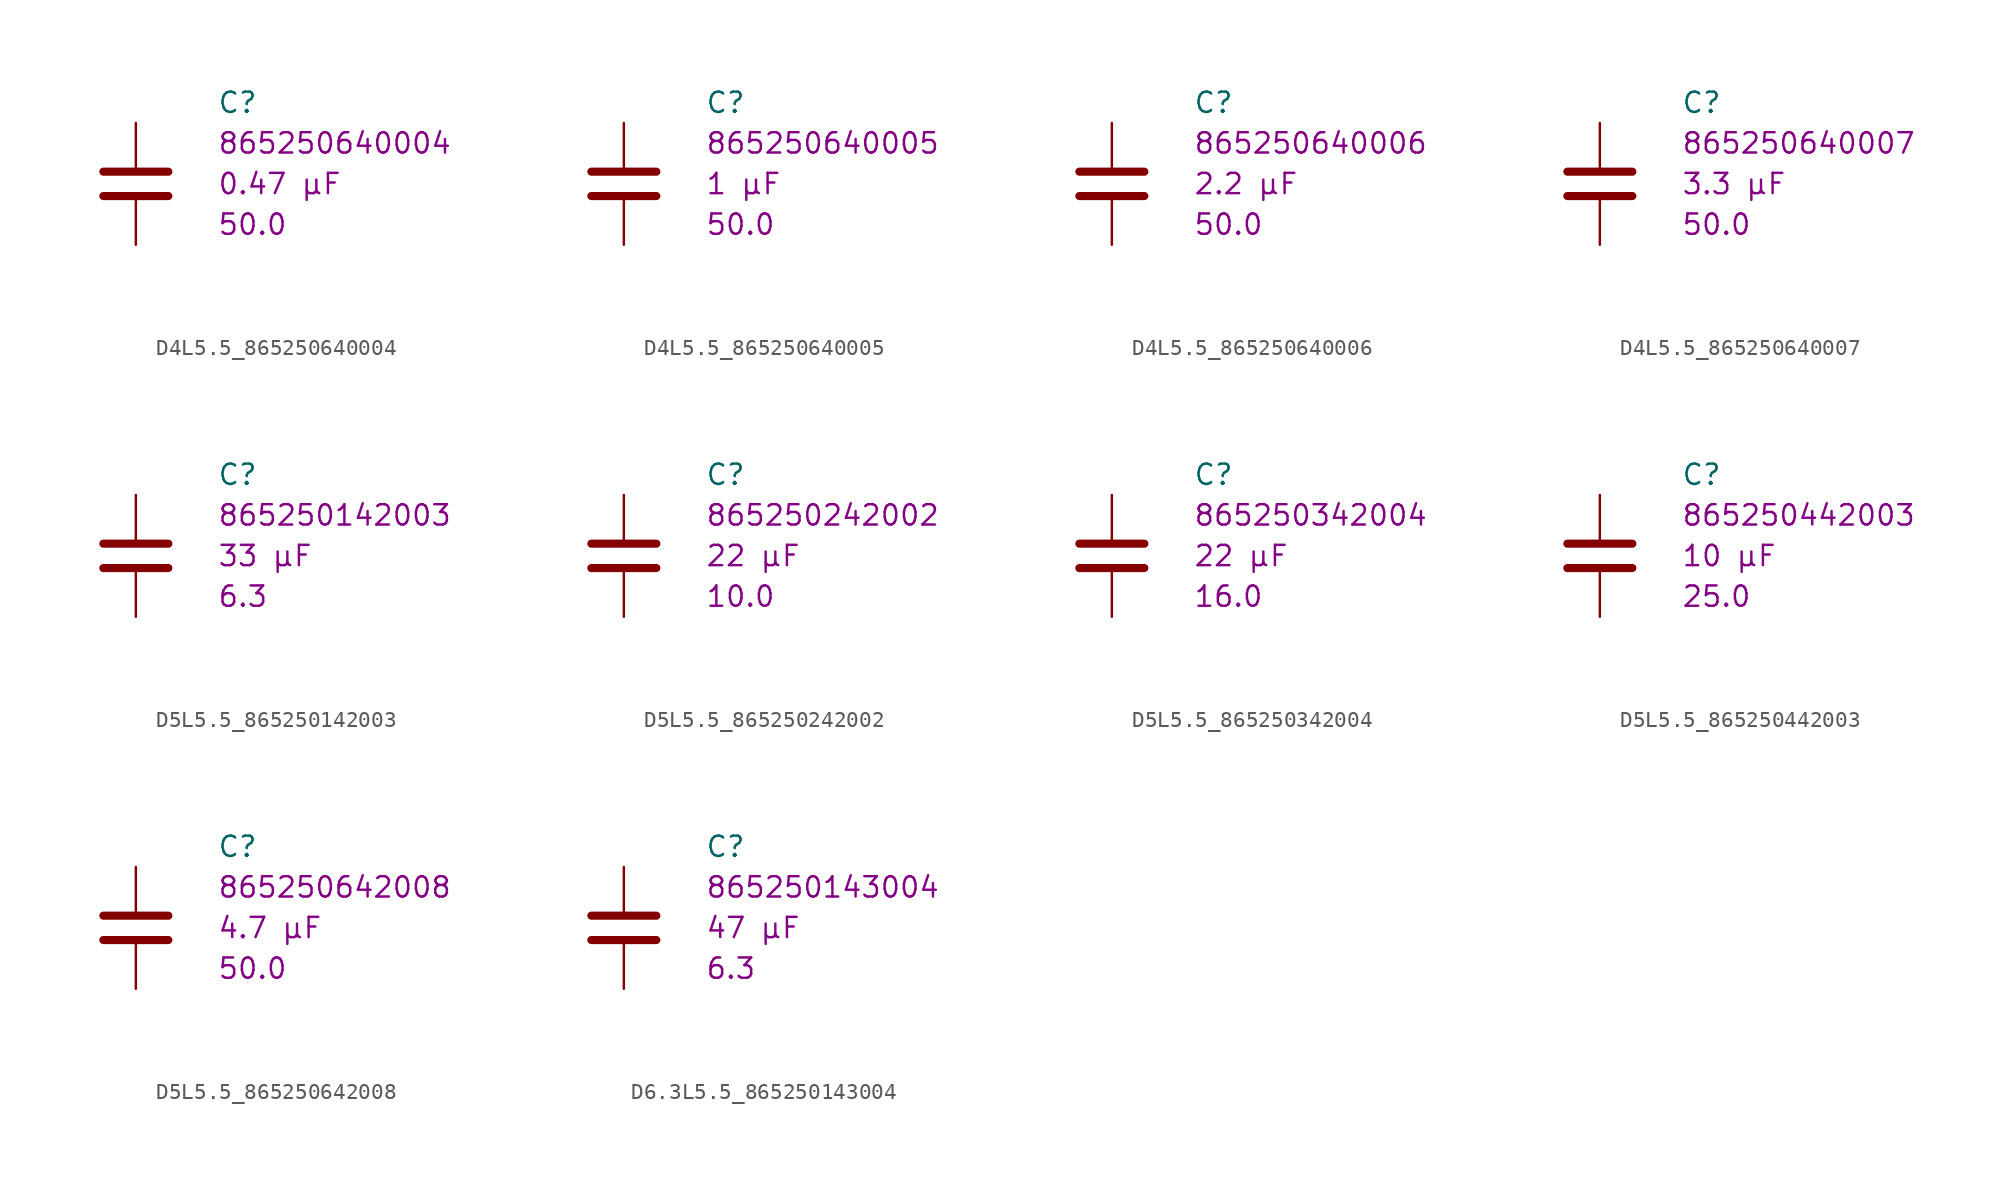
<source format=kicad_sym>
(kicad_symbol_lib
  (version 20220914)
  (generator kicad_symbol_editor)
  (symbol "D4L5.5_865250640004"
    (pin_numbers hide)
    (pin_names hide)
    (property "Reference" "C"
      (at 5.08 5.08 0)
      (effects (font (size 1.27 1.27)) (justify left)))
    (property "Part Number" "865250640004"
      (at 5.08 2.54 0)
      (effects (font (size 1.27 1.27)) (justify left)))
    (property "Capacitance" "0.47 µF"
      (at 5.08 0 0)
      (effects (font (size 1.27 1.27)) (justify left)))
    (property "Voltage" "50.0"
      (at 5.08 -2.54 0)
      (effects (font (size 1.27 1.27)) (justify left)))
    (property "Critical Parameter" ""
      (at 0 -7.62 0)
      (effects (font (size 1.27 1.27))))
    (symbol "D4L5.5_865250640004_0_1"
      (polyline (pts (xy -2.032 -0.762) (xy 2.032 -0.762)) (stroke (width 0.508) (type default)) (fill (type none)))
      (polyline (pts (xy -2.032 0.762) (xy 2.032 0.762)) (stroke (width 0.508) (type default)) (fill (type none))))
    (symbol "D4L5.5_865250640004_1_1"
      (pin passive line (at 0 3.81 270) (length 2.794) (name "1" (effects (font (size 1.27 1.27)))) (number "1" (effects (font (size 1.27 1.27)))))
      (pin passive line (at 0 -3.81 90) (length 2.794) (name "2" (effects (font (size 1.27 1.27)))) (number "2" (effects (font (size 1.27 1.27)))))))
  (symbol "D4L5.5_865250640005"
    (pin_numbers hide)
    (pin_names hide)
    (property "Reference" "C"
      (at 5.08 5.08 0)
      (effects (font (size 1.27 1.27)) (justify left)))
    (property "Part Number" "865250640005"
      (at 5.08 2.54 0)
      (effects (font (size 1.27 1.27)) (justify left)))
    (property "Capacitance" "1 µF"
      (at 5.08 0 0)
      (effects (font (size 1.27 1.27)) (justify left)))
    (property "Voltage" "50.0"
      (at 5.08 -2.54 0)
      (effects (font (size 1.27 1.27)) (justify left)))
    (property "Critical Parameter" ""
      (at 0 -7.62 0)
      (effects (font (size 1.27 1.27))))
    (symbol "D4L5.5_865250640005_0_1"
      (polyline (pts (xy -2.032 -0.762) (xy 2.032 -0.762)) (stroke (width 0.508) (type default)) (fill (type none)))
      (polyline (pts (xy -2.032 0.762) (xy 2.032 0.762)) (stroke (width 0.508) (type default)) (fill (type none))))
    (symbol "D4L5.5_865250640005_1_1"
      (pin passive line (at 0 3.81 270) (length 2.794) (name "1" (effects (font (size 1.27 1.27)))) (number "1" (effects (font (size 1.27 1.27)))))
      (pin passive line (at 0 -3.81 90) (length 2.794) (name "2" (effects (font (size 1.27 1.27)))) (number "2" (effects (font (size 1.27 1.27)))))))
  (symbol "D4L5.5_865250640006"
    (pin_numbers hide)
    (pin_names hide)
    (property "Reference" "C"
      (at 5.08 5.08 0)
      (effects (font (size 1.27 1.27)) (justify left)))
    (property "Part Number" "865250640006"
      (at 5.08 2.54 0)
      (effects (font (size 1.27 1.27)) (justify left)))
    (property "Capacitance" "2.2 µF"
      (at 5.08 0 0)
      (effects (font (size 1.27 1.27)) (justify left)))
    (property "Voltage" "50.0"
      (at 5.08 -2.54 0)
      (effects (font (size 1.27 1.27)) (justify left)))
    (property "Critical Parameter" ""
      (at 0 -7.62 0)
      (effects (font (size 1.27 1.27))))
    (symbol "D4L5.5_865250640006_0_1"
      (polyline (pts (xy -2.032 -0.762) (xy 2.032 -0.762)) (stroke (width 0.508) (type default)) (fill (type none)))
      (polyline (pts (xy -2.032 0.762) (xy 2.032 0.762)) (stroke (width 0.508) (type default)) (fill (type none))))
    (symbol "D4L5.5_865250640006_1_1"
      (pin passive line (at 0 3.81 270) (length 2.794) (name "1" (effects (font (size 1.27 1.27)))) (number "1" (effects (font (size 1.27 1.27)))))
      (pin passive line (at 0 -3.81 90) (length 2.794) (name "2" (effects (font (size 1.27 1.27)))) (number "2" (effects (font (size 1.27 1.27)))))))
  (symbol "D4L5.5_865250640007"
    (pin_numbers hide)
    (pin_names hide)
    (property "Reference" "C"
      (at 5.08 5.08 0)
      (effects (font (size 1.27 1.27)) (justify left)))
    (property "Part Number" "865250640007"
      (at 5.08 2.54 0)
      (effects (font (size 1.27 1.27)) (justify left)))
    (property "Capacitance" "3.3 µF"
      (at 5.08 0 0)
      (effects (font (size 1.27 1.27)) (justify left)))
    (property "Voltage" "50.0"
      (at 5.08 -2.54 0)
      (effects (font (size 1.27 1.27)) (justify left)))
    (property "Critical Parameter" ""
      (at 0 -7.62 0)
      (effects (font (size 1.27 1.27))))
    (symbol "D4L5.5_865250640007_0_1"
      (polyline (pts (xy -2.032 -0.762) (xy 2.032 -0.762)) (stroke (width 0.508) (type default)) (fill (type none)))
      (polyline (pts (xy -2.032 0.762) (xy 2.032 0.762)) (stroke (width 0.508) (type default)) (fill (type none))))
    (symbol "D4L5.5_865250640007_1_1"
      (pin passive line (at 0 3.81 270) (length 2.794) (name "1" (effects (font (size 1.27 1.27)))) (number "1" (effects (font (size 1.27 1.27)))))
      (pin passive line (at 0 -3.81 90) (length 2.794) (name "2" (effects (font (size 1.27 1.27)))) (number "2" (effects (font (size 1.27 1.27)))))))
  (symbol "D5L5.5_865250142003"
    (pin_numbers hide)
    (pin_names hide)
    (property "Reference" "C"
      (at 5.08 5.08 0)
      (effects (font (size 1.27 1.27)) (justify left)))
    (property "Part Number" "865250142003"
      (at 5.08 2.54 0)
      (effects (font (size 1.27 1.27)) (justify left)))
    (property "Capacitance" "33 µF"
      (at 5.08 0 0)
      (effects (font (size 1.27 1.27)) (justify left)))
    (property "Voltage" "6.3"
      (at 5.08 -2.54 0)
      (effects (font (size 1.27 1.27)) (justify left)))
    (property "Critical Parameter" ""
      (at 0 -7.62 0)
      (effects (font (size 1.27 1.27))))
    (symbol "D5L5.5_865250142003_0_1"
      (polyline (pts (xy -2.032 -0.762) (xy 2.032 -0.762)) (stroke (width 0.508) (type default)) (fill (type none)))
      (polyline (pts (xy -2.032 0.762) (xy 2.032 0.762)) (stroke (width 0.508) (type default)) (fill (type none))))
    (symbol "D5L5.5_865250142003_1_1"
      (pin passive line (at 0 3.81 270) (length 2.794) (name "1" (effects (font (size 1.27 1.27)))) (number "1" (effects (font (size 1.27 1.27)))))
      (pin passive line (at 0 -3.81 90) (length 2.794) (name "2" (effects (font (size 1.27 1.27)))) (number "2" (effects (font (size 1.27 1.27)))))))
  (symbol "D5L5.5_865250242002"
    (pin_numbers hide)
    (pin_names hide)
    (property "Reference" "C"
      (at 5.08 5.08 0)
      (effects (font (size 1.27 1.27)) (justify left)))
    (property "Part Number" "865250242002"
      (at 5.08 2.54 0)
      (effects (font (size 1.27 1.27)) (justify left)))
    (property "Capacitance" "22 µF"
      (at 5.08 0 0)
      (effects (font (size 1.27 1.27)) (justify left)))
    (property "Voltage" "10.0"
      (at 5.08 -2.54 0)
      (effects (font (size 1.27 1.27)) (justify left)))
    (property "Critical Parameter" ""
      (at 0 -7.62 0)
      (effects (font (size 1.27 1.27))))
    (symbol "D5L5.5_865250242002_0_1"
      (polyline (pts (xy -2.032 -0.762) (xy 2.032 -0.762)) (stroke (width 0.508) (type default)) (fill (type none)))
      (polyline (pts (xy -2.032 0.762) (xy 2.032 0.762)) (stroke (width 0.508) (type default)) (fill (type none))))
    (symbol "D5L5.5_865250242002_1_1"
      (pin passive line (at 0 3.81 270) (length 2.794) (name "1" (effects (font (size 1.27 1.27)))) (number "1" (effects (font (size 1.27 1.27)))))
      (pin passive line (at 0 -3.81 90) (length 2.794) (name "2" (effects (font (size 1.27 1.27)))) (number "2" (effects (font (size 1.27 1.27)))))))
  (symbol "D5L5.5_865250342004"
    (pin_numbers hide)
    (pin_names hide)
    (property "Reference" "C"
      (at 5.08 5.08 0)
      (effects (font (size 1.27 1.27)) (justify left)))
    (property "Part Number" "865250342004"
      (at 5.08 2.54 0)
      (effects (font (size 1.27 1.27)) (justify left)))
    (property "Capacitance" "22 µF"
      (at 5.08 0 0)
      (effects (font (size 1.27 1.27)) (justify left)))
    (property "Voltage" "16.0"
      (at 5.08 -2.54 0)
      (effects (font (size 1.27 1.27)) (justify left)))
    (property "Critical Parameter" ""
      (at 0 -7.62 0)
      (effects (font (size 1.27 1.27))))
    (symbol "D5L5.5_865250342004_0_1"
      (polyline (pts (xy -2.032 -0.762) (xy 2.032 -0.762)) (stroke (width 0.508) (type default)) (fill (type none)))
      (polyline (pts (xy -2.032 0.762) (xy 2.032 0.762)) (stroke (width 0.508) (type default)) (fill (type none))))
    (symbol "D5L5.5_865250342004_1_1"
      (pin passive line (at 0 3.81 270) (length 2.794) (name "1" (effects (font (size 1.27 1.27)))) (number "1" (effects (font (size 1.27 1.27)))))
      (pin passive line (at 0 -3.81 90) (length 2.794) (name "2" (effects (font (size 1.27 1.27)))) (number "2" (effects (font (size 1.27 1.27)))))))
  (symbol "D5L5.5_865250442003"
    (pin_numbers hide)
    (pin_names hide)
    (property "Reference" "C"
      (at 5.08 5.08 0)
      (effects (font (size 1.27 1.27)) (justify left)))
    (property "Part Number" "865250442003"
      (at 5.08 2.54 0)
      (effects (font (size 1.27 1.27)) (justify left)))
    (property "Capacitance" "10 µF"
      (at 5.08 0 0)
      (effects (font (size 1.27 1.27)) (justify left)))
    (property "Voltage" "25.0"
      (at 5.08 -2.54 0)
      (effects (font (size 1.27 1.27)) (justify left)))
    (property "Critical Parameter" ""
      (at 0 -7.62 0)
      (effects (font (size 1.27 1.27))))
    (symbol "D5L5.5_865250442003_0_1"
      (polyline (pts (xy -2.032 -0.762) (xy 2.032 -0.762)) (stroke (width 0.508) (type default)) (fill (type none)))
      (polyline (pts (xy -2.032 0.762) (xy 2.032 0.762)) (stroke (width 0.508) (type default)) (fill (type none))))
    (symbol "D5L5.5_865250442003_1_1"
      (pin passive line (at 0 3.81 270) (length 2.794) (name "1" (effects (font (size 1.27 1.27)))) (number "1" (effects (font (size 1.27 1.27)))))
      (pin passive line (at 0 -3.81 90) (length 2.794) (name "2" (effects (font (size 1.27 1.27)))) (number "2" (effects (font (size 1.27 1.27)))))))
  (symbol "D5L5.5_865250642008"
    (pin_numbers hide)
    (pin_names hide)
    (property "Reference" "C"
      (at 5.08 5.08 0)
      (effects (font (size 1.27 1.27)) (justify left)))
    (property "Part Number" "865250642008"
      (at 5.08 2.54 0)
      (effects (font (size 1.27 1.27)) (justify left)))
    (property "Capacitance" "4.7 µF"
      (at 5.08 0 0)
      (effects (font (size 1.27 1.27)) (justify left)))
    (property "Voltage" "50.0"
      (at 5.08 -2.54 0)
      (effects (font (size 1.27 1.27)) (justify left)))
    (property "Critical Parameter" ""
      (at 0 -7.62 0)
      (effects (font (size 1.27 1.27))))
    (symbol "D5L5.5_865250642008_0_1"
      (polyline (pts (xy -2.032 -0.762) (xy 2.032 -0.762)) (stroke (width 0.508) (type default)) (fill (type none)))
      (polyline (pts (xy -2.032 0.762) (xy 2.032 0.762)) (stroke (width 0.508) (type default)) (fill (type none))))
    (symbol "D5L5.5_865250642008_1_1"
      (pin passive line (at 0 3.81 270) (length 2.794) (name "1" (effects (font (size 1.27 1.27)))) (number "1" (effects (font (size 1.27 1.27)))))
      (pin passive line (at 0 -3.81 90) (length 2.794) (name "2" (effects (font (size 1.27 1.27)))) (number "2" (effects (font (size 1.27 1.27)))))))
  (symbol "D6.3L5.5_865250143004"
    (pin_numbers hide)
    (pin_names hide)
    (property "Reference" "C"
      (at 5.08 5.08 0)
      (effects (font (size 1.27 1.27)) (justify left)))
    (property "Part Number" "865250143004"
      (at 5.08 2.54 0)
      (effects (font (size 1.27 1.27)) (justify left)))
    (property "Capacitance" "47 µF"
      (at 5.08 0 0)
      (effects (font (size 1.27 1.27)) (justify left)))
    (property "Voltage" "6.3"
      (at 5.08 -2.54 0)
      (effects (font (size 1.27 1.27)) (justify left)))
    (property "Critical Parameter" ""
      (at 0 -7.62 0)
      (effects (font (size 1.27 1.27))))
    (symbol "D6.3L5.5_865250143004_0_1"
      (polyline (pts (xy -2.032 -0.762) (xy 2.032 -0.762)) (stroke (width 0.508) (type default)) (fill (type none)))
      (polyline (pts (xy -2.032 0.762) (xy 2.032 0.762)) (stroke (width 0.508) (type default)) (fill (type none))))
    (symbol "D6.3L5.5_865250143004_1_1"
      (pin passive line (at 0 3.81 270) (length 2.794) (name "1" (effects (font (size 1.27 1.27)))) (number "1" (effects (font (size 1.27 1.27)))))
      (pin passive line (at 0 -3.81 90) (length 2.794) (name "2" (effects (font (size 1.27 1.27)))) (number "2" (effects (font (size 1.27 1.27))))))))
</source>
